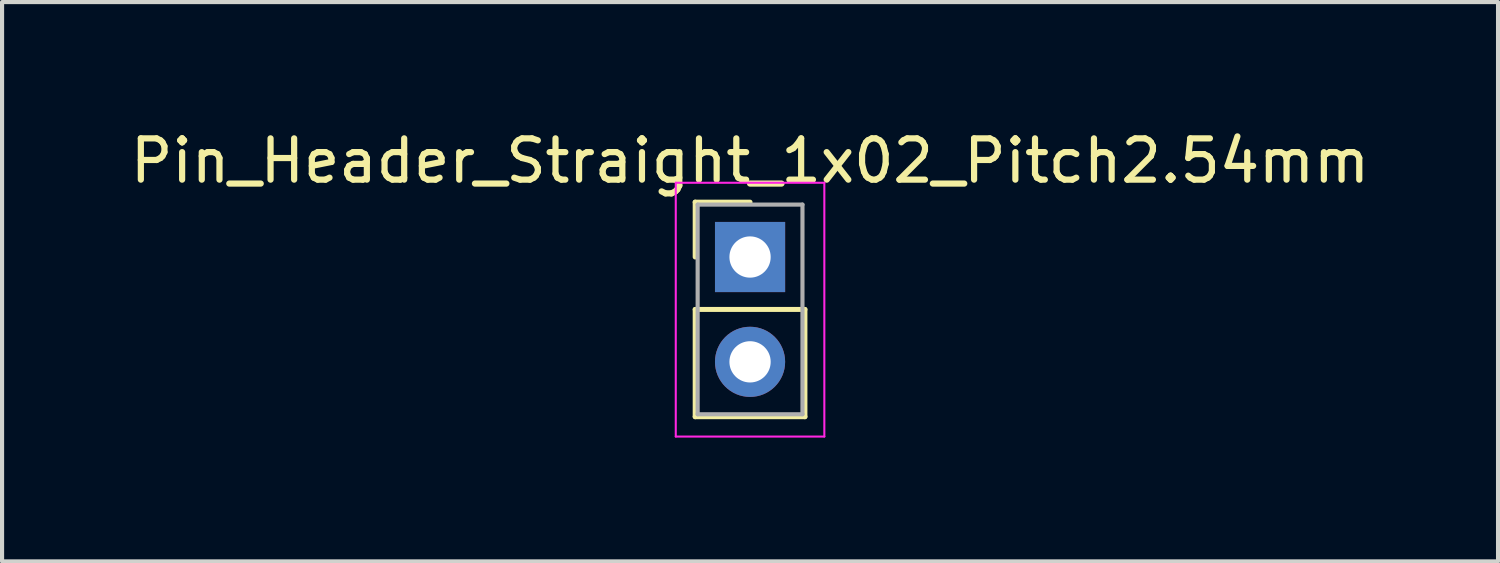
<source format=kicad_pcb>
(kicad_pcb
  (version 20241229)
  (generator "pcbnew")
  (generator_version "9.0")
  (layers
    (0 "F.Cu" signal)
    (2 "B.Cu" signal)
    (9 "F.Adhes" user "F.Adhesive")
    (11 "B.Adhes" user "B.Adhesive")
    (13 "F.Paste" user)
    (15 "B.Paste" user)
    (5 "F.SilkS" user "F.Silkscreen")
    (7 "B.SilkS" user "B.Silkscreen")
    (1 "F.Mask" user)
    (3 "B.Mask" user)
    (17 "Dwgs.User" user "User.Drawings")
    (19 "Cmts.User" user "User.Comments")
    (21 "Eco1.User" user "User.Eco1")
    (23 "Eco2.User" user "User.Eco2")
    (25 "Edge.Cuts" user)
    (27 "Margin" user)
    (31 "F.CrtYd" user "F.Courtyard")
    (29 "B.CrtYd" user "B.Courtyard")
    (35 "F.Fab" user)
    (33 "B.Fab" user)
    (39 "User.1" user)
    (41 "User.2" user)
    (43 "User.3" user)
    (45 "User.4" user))
  (footprint "Pin_Header_Straight_1x02_Pitch2.54mm"
    (layer "F.Cu")
    (at 15.125 3.178)
    (property "Reference" "Pin_Header_Straight_1x02_Pitch2.54mm" (at 0 -2.33 0) (layer "F.SilkS") (effects (font (size 1 1) (thickness 0.15))))
    (attr through_hole)
    (fp_line (start -1.33 -1.33) (end 0 -1.33) (stroke (width 0.12) (type solid)) (layer "F.SilkS"))
    (fp_line (start -1.33 0) (end -1.33 -1.33) (stroke (width 0.12) (type solid)) (layer "F.SilkS"))
    (fp_line (start -1.33 1.27) (end -1.33 3.87) (stroke (width 0.12) (type solid)) (layer "F.SilkS"))
    (fp_line (start -1.33 3.87) (end 1.33 3.87) (stroke (width 0.12) (type solid)) (layer "F.SilkS"))
    (fp_line (start 1.33 1.27) (end -1.33 1.27) (stroke (width 0.12) (type solid)) (layer "F.SilkS"))
    (fp_line (start 1.33 3.87) (end 1.33 1.27) (stroke (width 0.12) (type solid)) (layer "F.SilkS"))
    (fp_line (start -1.8 -1.8) (end -1.8 4.35) (stroke (width 0.05) (type solid)) (layer "F.CrtYd"))
    (fp_line (start -1.8 4.35) (end 1.8 4.35) (stroke (width 0.05) (type solid)) (layer "F.CrtYd"))
    (fp_line (start 1.8 -1.8) (end -1.8 -1.8) (stroke (width 0.05) (type solid)) (layer "F.CrtYd"))
    (fp_line (start 1.8 4.35) (end 1.8 -1.8) (stroke (width 0.05) (type solid)) (layer "F.CrtYd"))
    (fp_line (start -1.27 -1.27) (end -1.27 3.81) (stroke (width 0.1) (type solid)) (layer "F.Fab"))
    (fp_line (start -1.27 3.81) (end 1.27 3.81) (stroke (width 0.1) (type solid)) (layer "F.Fab"))
    (fp_line (start 1.27 -1.27) (end -1.27 -1.27) (stroke (width 0.1) (type solid)) (layer "F.Fab"))
    (fp_line (start 1.27 3.81) (end 1.27 -1.27) (stroke (width 0.1) (type solid)) (layer "F.Fab"))
    (pad "1" thru_hole rect (at 0 0) (size 1.7 1.7) (drill 1) (layers "*.Cu" "*.Mask"))
    (pad "2" thru_hole oval (at 0 2.54) (size 1.7 1.7) (drill 1) (layers "*.Cu" "*.Mask")))
  (gr_rect
    (start -3 -3)
    (end 33.25 10.553)
    (stroke (width 0.1) (type default))
    (fill no)
    (layer "Edge.Cuts")))
</source>
